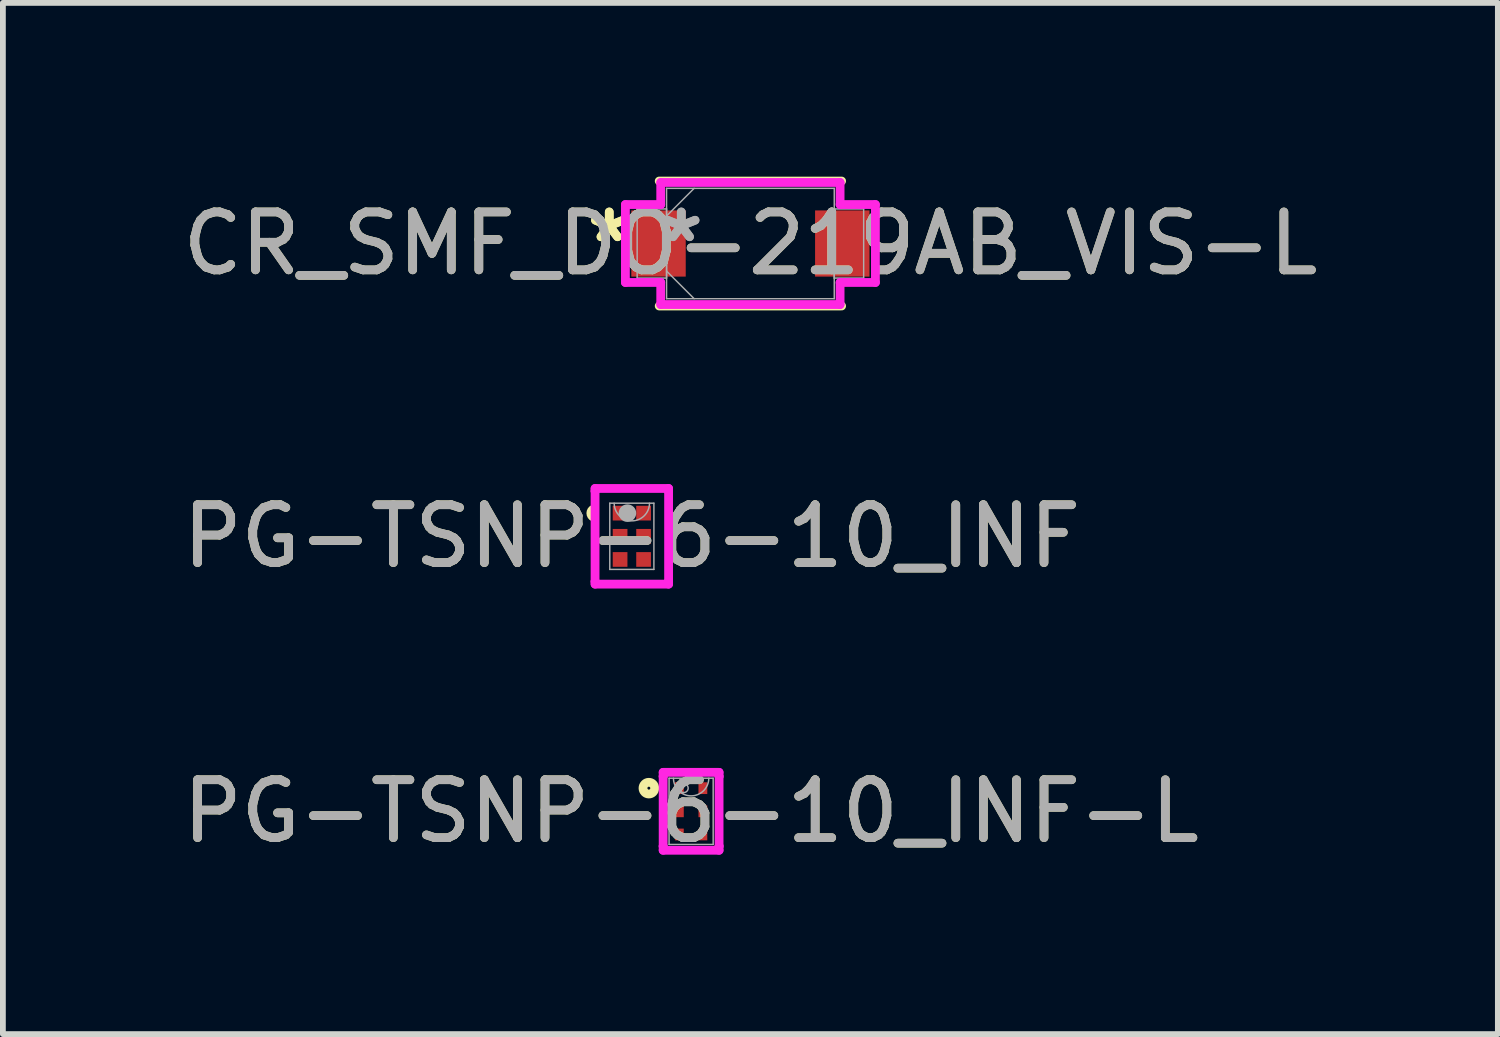
<source format=kicad_pcb>
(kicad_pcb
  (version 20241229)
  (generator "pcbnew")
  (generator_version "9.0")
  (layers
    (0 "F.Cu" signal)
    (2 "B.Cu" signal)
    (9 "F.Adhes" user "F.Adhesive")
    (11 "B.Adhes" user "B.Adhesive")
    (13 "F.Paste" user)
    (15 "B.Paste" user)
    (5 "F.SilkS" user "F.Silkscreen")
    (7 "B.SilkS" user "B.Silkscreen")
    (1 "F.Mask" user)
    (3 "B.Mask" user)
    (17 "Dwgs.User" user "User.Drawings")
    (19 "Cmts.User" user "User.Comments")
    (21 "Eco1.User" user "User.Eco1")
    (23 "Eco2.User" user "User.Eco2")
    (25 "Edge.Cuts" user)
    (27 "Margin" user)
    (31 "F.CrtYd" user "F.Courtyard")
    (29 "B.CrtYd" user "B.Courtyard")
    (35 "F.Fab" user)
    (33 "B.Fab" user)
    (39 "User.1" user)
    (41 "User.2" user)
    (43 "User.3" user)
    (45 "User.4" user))
  (footprint "CR_SMF_DO-219AB_VIS-L"
    (layer "F.Cu")
    (at 9.911 1.156)
    (property "Reference" "CR_SMF_DO-219AB_VIS-L" (at 0 0 0) (unlocked yes) (layer "F.SilkS") (effects (font (size 1 1) (thickness 0.15))))
    (attr smd)
    (fp_line (start -1.575 1.079) (end 1.575 1.079) (stroke (width 0.152) (type solid)) (layer "F.SilkS"))
    (fp_line (start 1.575 -1.079) (end -1.575 -1.079) (stroke (width 0.152) (type solid)) (layer "F.SilkS"))
    (fp_line (start -2.159 -0.673) (end -1.549 -0.673) (stroke (width 0.152) (type solid)) (layer "F.CrtYd"))
    (fp_line (start -2.159 0.673) (end -2.159 -0.673) (stroke (width 0.152) (type solid)) (layer "F.CrtYd"))
    (fp_line (start -1.549 -1.054) (end 1.549 -1.054) (stroke (width 0.152) (type solid)) (layer "F.CrtYd"))
    (fp_line (start -1.549 -0.673) (end -1.549 -1.054) (stroke (width 0.152) (type solid)) (layer "F.CrtYd"))
    (fp_line (start -1.549 0.673) (end -2.159 0.673) (stroke (width 0.152) (type solid)) (layer "F.CrtYd"))
    (fp_line (start -1.549 1.054) (end -1.549 0.673) (stroke (width 0.152) (type solid)) (layer "F.CrtYd"))
    (fp_line (start 1.549 -1.054) (end 1.549 -0.673) (stroke (width 0.152) (type solid)) (layer "F.CrtYd"))
    (fp_line (start 1.549 -0.673) (end 2.159 -0.673) (stroke (width 0.152) (type solid)) (layer "F.CrtYd"))
    (fp_line (start 1.549 0.673) (end 1.549 1.054) (stroke (width 0.152) (type solid)) (layer "F.CrtYd"))
    (fp_line (start 1.549 1.054) (end -1.549 1.054) (stroke (width 0.152) (type solid)) (layer "F.CrtYd"))
    (fp_line (start 2.159 -0.673) (end 2.159 0.673) (stroke (width 0.152) (type solid)) (layer "F.CrtYd"))
    (fp_line (start 2.159 0.673) (end 1.549 0.673) (stroke (width 0.152) (type solid)) (layer "F.CrtYd"))
    (fp_line (start -1.956 -0.597) (end -1.956 0.597) (stroke (width 0.025) (type solid)) (layer "F.Fab"))
    (fp_line (start -1.956 0.597) (end -1.448 0.597) (stroke (width 0.025) (type solid)) (layer "F.Fab"))
    (fp_line (start -1.448 -0.953) (end -1.448 0.953) (stroke (width 0.025) (type solid)) (layer "F.Fab"))
    (fp_line (start -1.448 -0.597) (end -1.956 -0.597) (stroke (width 0.025) (type solid)) (layer "F.Fab"))
    (fp_line (start -1.448 -0.476) (end -0.972 -0.953) (stroke (width 0.025) (type solid)) (layer "F.Fab"))
    (fp_line (start -1.448 0.476) (end -0.972 0.953) (stroke (width 0.025) (type solid)) (layer "F.Fab"))
    (fp_line (start -1.448 0.597) (end -1.448 -0.597) (stroke (width 0.025) (type solid)) (layer "F.Fab"))
    (fp_line (start -1.448 0.953) (end 1.448 0.953) (stroke (width 0.025) (type solid)) (layer "F.Fab"))
    (fp_line (start 1.448 -0.953) (end -1.448 -0.953) (stroke (width 0.025) (type solid)) (layer "F.Fab"))
    (fp_line (start 1.448 -0.597) (end 1.448 0.597) (stroke (width 0.025) (type solid)) (layer "F.Fab"))
    (fp_line (start 1.448 0.597) (end 1.956 0.597) (stroke (width 0.025) (type solid)) (layer "F.Fab"))
    (fp_line (start 1.448 0.953) (end 1.448 -0.953) (stroke (width 0.025) (type solid)) (layer "F.Fab"))
    (fp_line (start 1.956 -0.597) (end 1.448 -0.597) (stroke (width 0.025) (type solid)) (layer "F.Fab"))
    (fp_line (start 1.956 0.597) (end 1.956 -0.597) (stroke (width 0.025) (type solid)) (layer "F.Fab"))
    (fp_text user "*" (at -2.438 0 0) (layer "F.SilkS") (effects (font (size 1 1) (thickness 0.15))))
    (fp_text user "*" (at -2.438 0 0) (unlocked yes) (layer "F.SilkS") (effects (font (size 1 1) (thickness 0.15))))
    (fp_text user "*" (at -1.194 0 0) (unlocked yes) (layer "F.Fab") (effects (font (size 1 1) (thickness 0.15))))
    (fp_text user "${REFERENCE}" (at 0 0 0) (unlocked yes) (layer "F.Fab") (effects (font (size 1 1) (thickness 0.15))))
    (fp_text user "*" (at -1.194 0 0) (layer "F.Fab") (effects (font (size 1 1) (thickness 0.15))))
    (pad "1" smd rect (at -1.587 0) (size 0.94 1.143) (layers "F.Cu" "F.Mask" "F.Paste"))
    (pad "2" smd rect (at 1.587 0) (size 0.94 1.143) (layers "F.Cu" "F.Mask" "F.Paste"))
    (zone (net_name "") (layer "F.Cu") (hatch full 0.508) (connect_pads) (min_thickness 0.254) (filled_areas_thickness no) (keepout (tracks not_allowed) (vias not_allowed) (pads allowed) (copperpour not_allowed) (footprints allowed)) (placement (enabled no)) (fill) (polygon (pts (xy 8.844 0.254) (xy 10.978 0.254) (xy 10.978 2.057) (xy 8.844 2.057)))))
  (footprint "PG-TSNP-6-10_INF-L"
    (layer "F.Cu")
    (at 8.887 10.963)
    (property "Reference" "PG-TSNP-6-10_INF-L" (at 0 0 0) (unlocked yes) (layer "F.SilkS") (effects (font (size 1 1) (thickness 0.15))))
    (attr smd)
    (fp_circle (center -0.73 -0.4) (end -0.629 -0.4) (stroke (width 0.152) (type solid)) (fill no) (layer "F.SilkS"))
    (fp_line (start -0.483 -0.673) (end 0.483 -0.673) (stroke (width 0.152) (type solid)) (layer "F.CrtYd"))
    (fp_line (start -0.483 -0.603) (end -0.483 -0.673) (stroke (width 0.152) (type solid)) (layer "F.CrtYd"))
    (fp_line (start -0.483 -0.603) (end -0.483 -0.603) (stroke (width 0.152) (type solid)) (layer "F.CrtYd"))
    (fp_line (start -0.483 0.603) (end -0.483 -0.603) (stroke (width 0.152) (type solid)) (layer "F.CrtYd"))
    (fp_line (start -0.483 0.603) (end -0.483 0.603) (stroke (width 0.152) (type solid)) (layer "F.CrtYd"))
    (fp_line (start -0.483 0.673) (end -0.483 0.603) (stroke (width 0.152) (type solid)) (layer "F.CrtYd"))
    (fp_line (start 0.483 -0.673) (end 0.483 -0.603) (stroke (width 0.152) (type solid)) (layer "F.CrtYd"))
    (fp_line (start 0.483 -0.603) (end 0.483 -0.603) (stroke (width 0.152) (type solid)) (layer "F.CrtYd"))
    (fp_line (start 0.483 -0.603) (end 0.483 0.603) (stroke (width 0.152) (type solid)) (layer "F.CrtYd"))
    (fp_line (start 0.483 0.603) (end 0.483 0.603) (stroke (width 0.152) (type solid)) (layer "F.CrtYd"))
    (fp_line (start 0.483 0.603) (end 0.483 0.673) (stroke (width 0.152) (type solid)) (layer "F.CrtYd"))
    (fp_line (start 0.483 0.673) (end -0.483 0.673) (stroke (width 0.152) (type solid)) (layer "F.CrtYd"))
    (fp_line (start -0.381 -0.572) (end -0.381 0.572) (stroke (width 0.025) (type solid)) (layer "F.Fab"))
    (fp_line (start -0.381 0.572) (end 0.381 0.572) (stroke (width 0.025) (type solid)) (layer "F.Fab"))
    (fp_line (start 0.381 -0.572) (end -0.381 -0.572) (stroke (width 0.025) (type solid)) (layer "F.Fab"))
    (fp_line (start 0.381 0.572) (end 0.381 -0.572) (stroke (width 0.025) (type solid)) (layer "F.Fab"))
    (fp_arc (start 0.3048 -0.5715) (mid 0 -0.2667) (end -0.3048 -0.5715) (stroke (width 0.0254) (type solid)) (layer "F.Fab"))
    (fp_circle (center -0.127 -0.4) (end -0.051 -0.4) (stroke (width 0.025) (type solid)) (fill no) (layer "F.Fab"))
    (fp_text user "${REFERENCE}" (at 0 0 0) (unlocked yes) (layer "F.Fab") (effects (font (size 1 1) (thickness 0.15))))
    (pad "1" smd rect (at -0.203 -0.4) (size 0.152 0.203) (layers "F.Cu" "F.Mask" "F.Paste"))
    (pad "2" smd rect (at -0.203 0) (size 0.152 0.203) (layers "F.Cu" "F.Mask" "F.Paste"))
    (pad "3" smd rect (at -0.203 0.4) (size 0.152 0.203) (layers "F.Cu" "F.Mask" "F.Paste"))
    (pad "4" smd rect (at 0.203 0.4) (size 0.152 0.203) (layers "F.Cu" "F.Mask" "F.Paste"))
    (pad "5" smd rect (at 0.203 0) (size 0.152 0.203) (layers "F.Cu" "F.Mask" "F.Paste"))
    (pad "6" smd rect (at 0.203 -0.4) (size 0.152 0.203) (layers "F.Cu" "F.Mask" "F.Paste")))
  (footprint "PG-TSNP-6-10_INF"
    (layer "F.Cu")
    (at 7.863 6.213)
    (property "Reference" "PG-TSNP-6-10_INF" (at 0 0 0) (unlocked yes) (layer "F.SilkS") (effects (font (size 1 1) (thickness 0.15))))
    (attr smd)
    (fp_arc (start -0.66294 -0.330453) (mid -0.708 -0.4) (end -0.66294 -0.469547) (stroke (width 0.1524) (type solid)) (layer "F.SilkS"))
    (fp_line (start -0.635 -0.826) (end 0.635 -0.826) (stroke (width 0.152) (type solid)) (layer "F.CrtYd"))
    (fp_line (start -0.635 -0.781) (end -0.635 -0.826) (stroke (width 0.152) (type solid)) (layer "F.CrtYd"))
    (fp_line (start -0.635 -0.781) (end -0.635 -0.781) (stroke (width 0.152) (type solid)) (layer "F.CrtYd"))
    (fp_line (start -0.635 0.781) (end -0.635 -0.781) (stroke (width 0.152) (type solid)) (layer "F.CrtYd"))
    (fp_line (start -0.635 0.781) (end -0.635 0.781) (stroke (width 0.152) (type solid)) (layer "F.CrtYd"))
    (fp_line (start -0.635 0.826) (end -0.635 0.781) (stroke (width 0.152) (type solid)) (layer "F.CrtYd"))
    (fp_line (start 0.635 -0.826) (end 0.635 -0.781) (stroke (width 0.152) (type solid)) (layer "F.CrtYd"))
    (fp_line (start 0.635 -0.781) (end 0.635 -0.781) (stroke (width 0.152) (type solid)) (layer "F.CrtYd"))
    (fp_line (start 0.635 -0.781) (end 0.635 0.781) (stroke (width 0.152) (type solid)) (layer "F.CrtYd"))
    (fp_line (start 0.635 0.781) (end 0.635 0.781) (stroke (width 0.152) (type solid)) (layer "F.CrtYd"))
    (fp_line (start 0.635 0.781) (end 0.635 0.826) (stroke (width 0.152) (type solid)) (layer "F.CrtYd"))
    (fp_line (start 0.635 0.826) (end -0.635 0.826) (stroke (width 0.152) (type solid)) (layer "F.CrtYd"))
    (fp_line (start -0.381 -0.572) (end -0.381 0.572) (stroke (width 0.025) (type solid)) (layer "F.Fab"))
    (fp_line (start -0.381 0.572) (end 0.381 0.572) (stroke (width 0.025) (type solid)) (layer "F.Fab"))
    (fp_line (start 0.381 -0.572) (end -0.381 -0.572) (stroke (width 0.025) (type solid)) (layer "F.Fab"))
    (fp_line (start 0.381 0.572) (end 0.381 -0.572) (stroke (width 0.025) (type solid)) (layer "F.Fab"))
    (fp_arc (start 0.3048 -0.5715) (mid 0 -0.2667) (end -0.3048 -0.5715) (stroke (width 0.0254) (type solid)) (layer "F.Fab"))
    (fp_circle (center -0.076 -0.4) (end -0.076 -0.4) (stroke (width 0.152) (type solid)) (fill no) (layer "F.Fab"))
    (fp_text user "${REFERENCE}" (at 0 0 0) (unlocked yes) (layer "F.Fab") (effects (font (size 1 1) (thickness 0.15))))
    (pad "1" smd rect (at -0.203 -0.4) (size 0.254 0.254) (layers "F.Cu" "F.Mask" "F.Paste"))
    (pad "2" smd rect (at -0.203 0) (size 0.254 0.254) (layers "F.Cu" "F.Mask" "F.Paste"))
    (pad "3" smd rect (at -0.203 0.4) (size 0.254 0.254) (layers "F.Cu" "F.Mask" "F.Paste"))
    (pad "4" smd rect (at 0.203 0.4) (size 0.254 0.254) (layers "F.Cu" "F.Mask" "F.Paste"))
    (pad "5" smd rect (at 0.203 0) (size 0.254 0.254) (layers "F.Cu" "F.Mask" "F.Paste"))
    (pad "6" smd rect (at 0.203 -0.4) (size 0.254 0.254) (layers "F.Cu" "F.Mask" "F.Paste")))
  (gr_rect
    (start -3 -3)
    (end 22.821 14.811)
    (stroke (width 0.1) (type default))
    (fill no)
    (layer "Edge.Cuts")))
</source>
